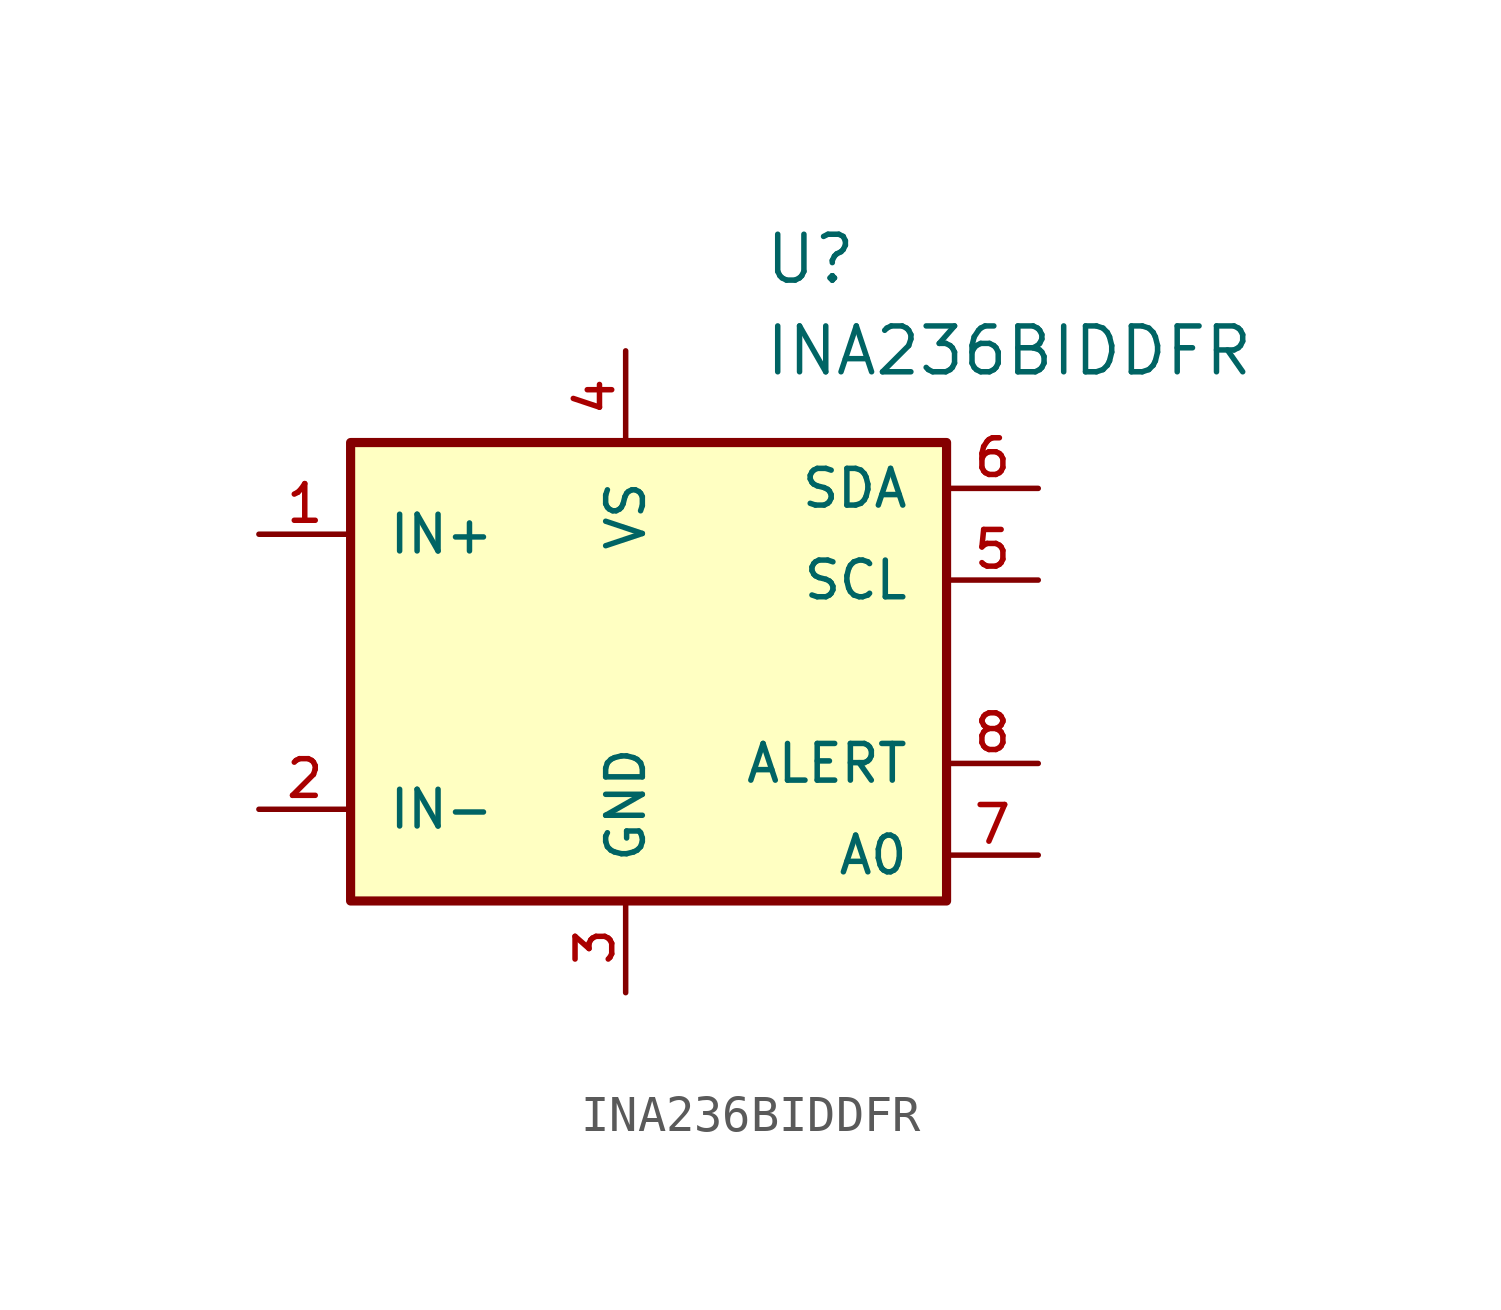
<source format=kicad_sym>
(kicad_symbol_lib
  (version 20231120)
  (generator "kicad_symbol_editor")
  (generator_version "8.0")
  (symbol "INA236BIDDFR"
    (pin_names
      (offset 1.016))
    (property "Reference" "U"
      (at 3.81 10.16 0)
      (effects (font (size 1.27 1.27)) (justify left)))
    (property "Value" "INA236BIDDFR"
      (at 3.81 7.62 0)
      (effects (font (size 1.27 1.27)) (justify left)))
    (symbol "INA236BIDDFR_0_0"
      (rectangle (start -7.62 5.08) (end 8.89 -7.62) (stroke (width 0.254) (type default)) (fill (type background))))
    (symbol "INA236BIDDFR_1_0"
      (pin bidirectional line (at -10.16 2.54 0) (length 2.54) (name "IN+" (effects (font (size 1.016 1.016)))) (number "1" (effects (font (size 1.016 1.016)))))
      (pin bidirectional line (at -10.16 -5.08 0) (length 2.54) (name "IN-" (effects (font (size 1.016 1.016)))) (number "2" (effects (font (size 1.016 1.016)))))
      (pin bidirectional line (at 0 -10.16 90) (length 2.54) (name "GND" (effects (font (size 1.016 1.016)))) (number "3" (effects (font (size 1.016 1.016)))))
      (pin bidirectional line (at 0 7.62 270) (length 2.54) (name "VS" (effects (font (size 1.016 1.016)))) (number "4" (effects (font (size 1.016 1.016)))))
      (pin bidirectional line (at 11.43 1.27 180) (length 2.54) (name "SCL" (effects (font (size 1.016 1.016)))) (number "5" (effects (font (size 1.016 1.016)))))
      (pin bidirectional line (at 11.43 3.81 180) (length 2.54) (name "SDA" (effects (font (size 1.016 1.016)))) (number "6" (effects (font (size 1.016 1.016)))))
      (pin bidirectional line (at 11.43 -6.35 180) (length 2.54) (name "A0" (effects (font (size 1.016 1.016)))) (number "7" (effects (font (size 1.016 1.016)))))
      (pin bidirectional line (at 11.43 -3.81 180) (length 2.54) (name "ALERT" (effects (font (size 1.016 1.016)))) (number "8" (effects (font (size 1.016 1.016))))))))
</source>
